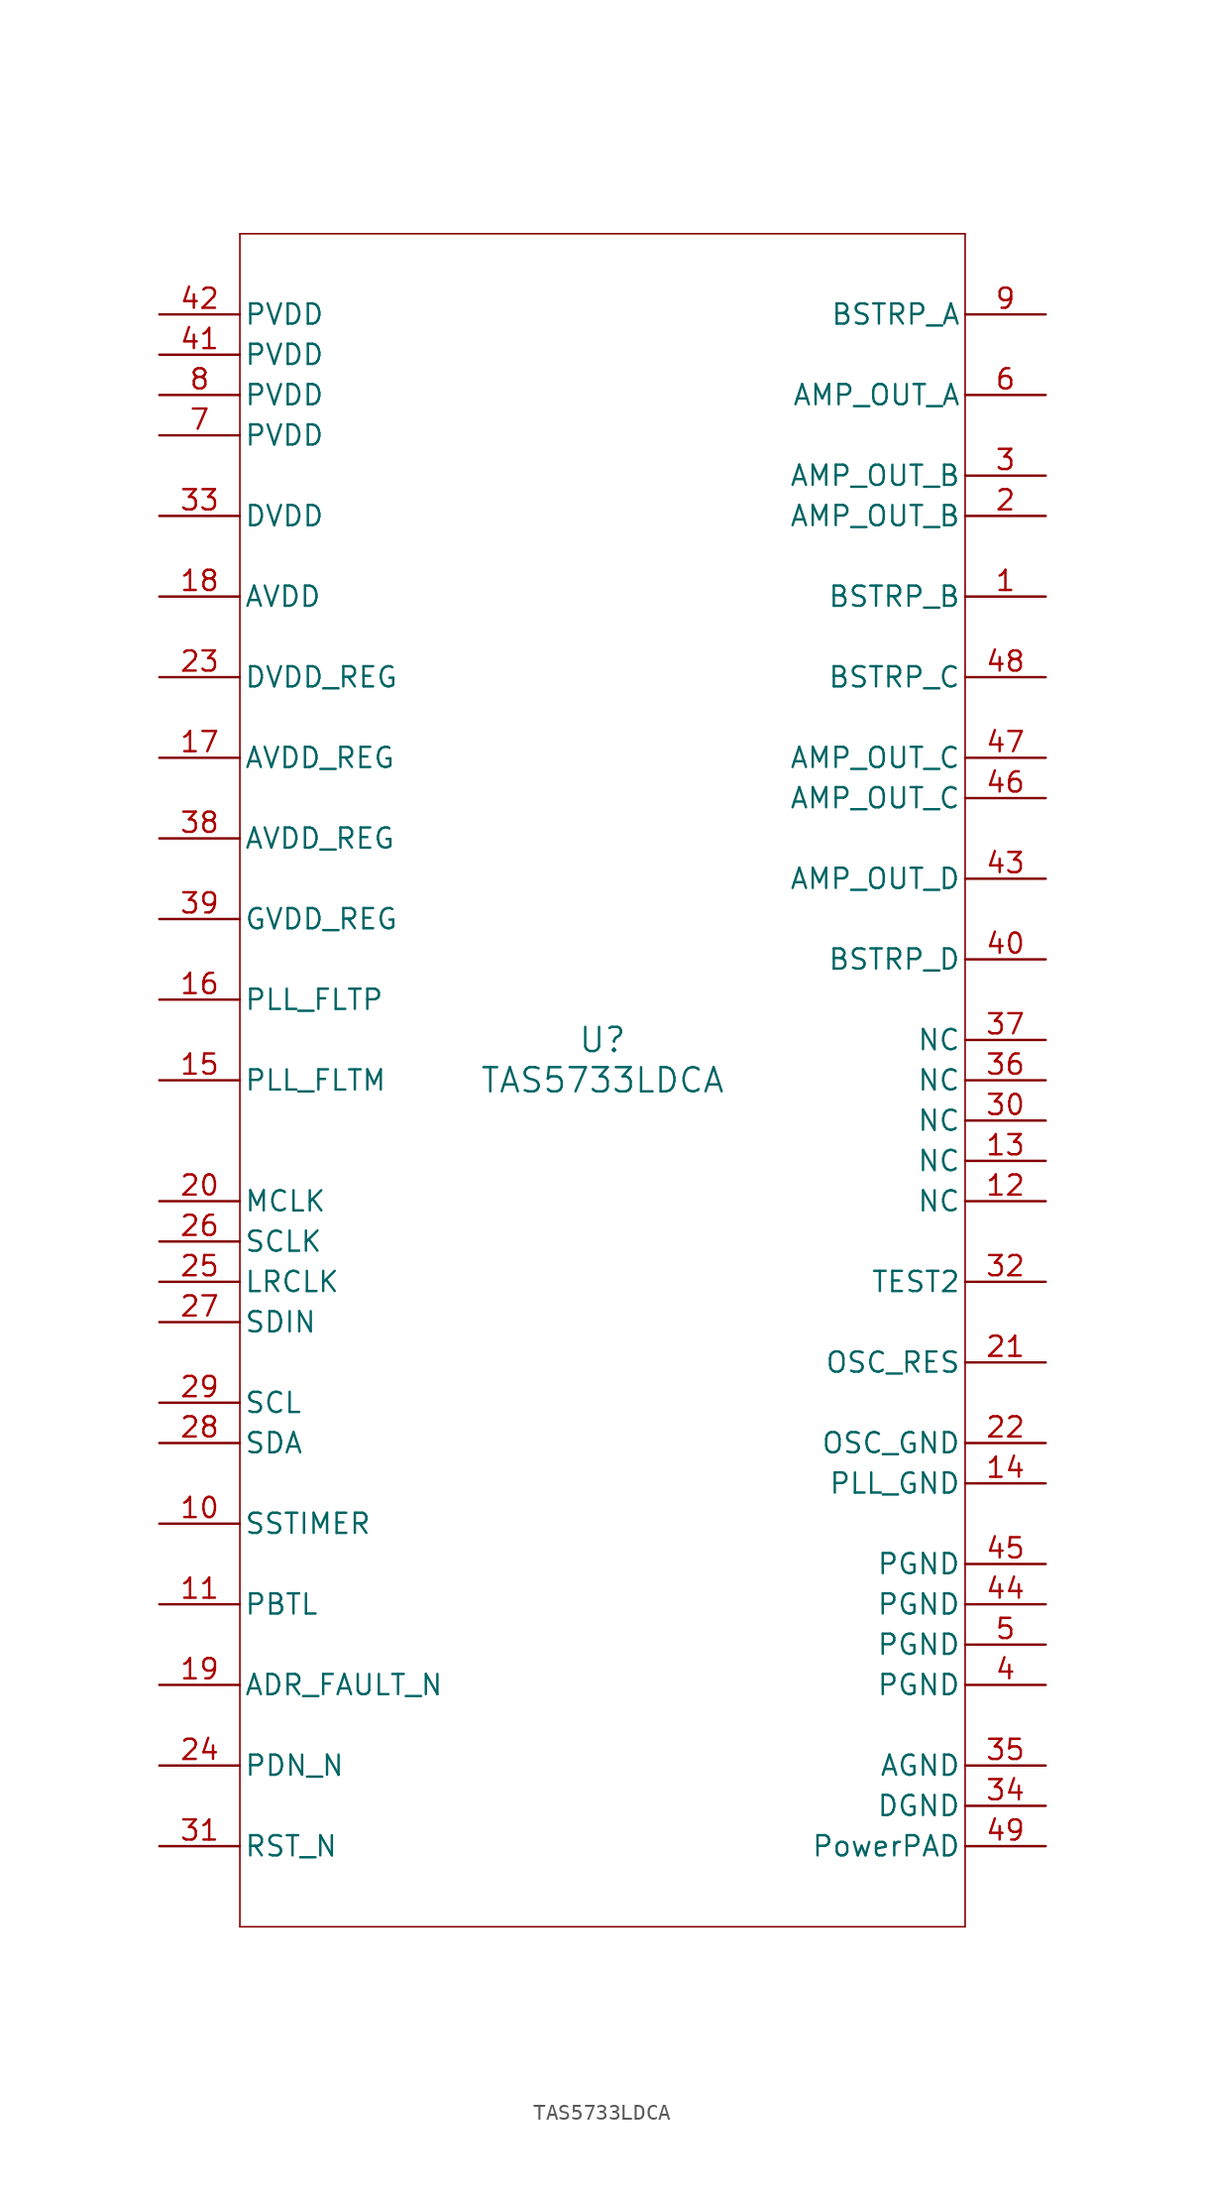
<source format=kicad_sym>
(kicad_symbol_lib
  (version 20211014)
  (generator kicad_symbol_editor)
  (symbol "TAS5733LDCA"
    (pin_names
      (offset 0.254))
    (property "Reference" "U"
      (at 0 2.54 0)
      (effects (font (size 1.524 1.524))))
    (property "Value" "TAS5733LDCA"
      (at 0 0 0)
      (effects (font (size 1.524 1.524))))
    (symbol "TAS5733LDCA_0_1"
      (polyline (pts (xy -22.86 -53.34) (xy 22.86 -53.34)) (stroke (width 0.102) (type default) (color 0 0 0 0)) (fill (type none)))
      (polyline (pts (xy 22.86 -53.34) (xy 22.86 53.34)) (stroke (width 0.102) (type default) (color 0 0 0 0)) (fill (type none)))
      (polyline (pts (xy 22.86 53.34) (xy -22.86 53.34)) (stroke (width 0.102) (type default) (color 0 0 0 0)) (fill (type none)))
      (polyline (pts (xy -22.86 53.34) (xy -22.86 -53.34)) (stroke (width 0.102) (type default) (color 0 0 0 0)) (fill (type none)))
      (pin power_in line (at 27.94 30.48 180) (length 5.08) (name "BSTRP_B" (effects (font (size 1.27 1.27)))) (number "1" (effects (font (size 1.27 1.27)))))
      (pin output line (at 27.94 35.56 180) (length 5.08) (name "AMP_OUT_B" (effects (font (size 1.27 1.27)))) (number "2" (effects (font (size 1.27 1.27)))))
      (pin output line (at 27.94 38.1 180) (length 5.08) (name "AMP_OUT_B" (effects (font (size 1.27 1.27)))) (number "3" (effects (font (size 1.27 1.27)))))
      (pin power_in line (at 27.94 -38.1 180) (length 5.08) (name "PGND" (effects (font (size 1.27 1.27)))) (number "4" (effects (font (size 1.27 1.27)))))
      (pin power_in line (at 27.94 -35.56 180) (length 5.08) (name "PGND" (effects (font (size 1.27 1.27)))) (number "5" (effects (font (size 1.27 1.27)))))
      (pin output line (at 27.94 43.18 180) (length 5.08) (name "AMP_OUT_A" (effects (font (size 1.27 1.27)))) (number "6" (effects (font (size 1.27 1.27)))))
      (pin power_in line (at -27.94 40.64 0) (length 5.08) (name "PVDD" (effects (font (size 1.27 1.27)))) (number "7" (effects (font (size 1.27 1.27)))))
      (pin power_in line (at -27.94 43.18 0) (length 5.08) (name "PVDD" (effects (font (size 1.27 1.27)))) (number "8" (effects (font (size 1.27 1.27)))))
      (pin power_in line (at 27.94 48.26 180) (length 5.08) (name "BSTRP_A" (effects (font (size 1.27 1.27)))) (number "9" (effects (font (size 1.27 1.27)))))
      (pin input line (at -27.94 -27.94 0) (length 5.08) (name "SSTIMER" (effects (font (size 1.27 1.27)))) (number "10" (effects (font (size 1.27 1.27)))))
      (pin input line (at -27.94 -33.02 0) (length 5.08) (name "PBTL" (effects (font (size 1.27 1.27)))) (number "11" (effects (font (size 1.27 1.27)))))
      (pin unspecified line (at 27.94 -7.62 180) (length 5.08) (name "NC" (effects (font (size 1.27 1.27)))) (number "12" (effects (font (size 1.27 1.27)))))
      (pin unspecified line (at 27.94 -5.08 180) (length 5.08) (name "NC" (effects (font (size 1.27 1.27)))) (number "13" (effects (font (size 1.27 1.27)))))
      (pin power_in line (at 27.94 -25.4 180) (length 5.08) (name "PLL_GND" (effects (font (size 1.27 1.27)))) (number "14" (effects (font (size 1.27 1.27)))))
      (pin unspecified line (at -27.94 0 0) (length 5.08) (name "PLL_FLTM" (effects (font (size 1.27 1.27)))) (number "15" (effects (font (size 1.27 1.27)))))
      (pin unspecified line (at -27.94 5.08 0) (length 5.08) (name "PLL_FLTP" (effects (font (size 1.27 1.27)))) (number "16" (effects (font (size 1.27 1.27)))))
      (pin unspecified line (at -27.94 20.32 0) (length 5.08) (name "AVDD_REG" (effects (font (size 1.27 1.27)))) (number "17" (effects (font (size 1.27 1.27)))))
      (pin power_in line (at -27.94 30.48 0) (length 5.08) (name "AVDD" (effects (font (size 1.27 1.27)))) (number "18" (effects (font (size 1.27 1.27)))))
      (pin bidirectional line (at -27.94 -38.1 0) (length 5.08) (name "ADR_FAULT_N" (effects (font (size 1.27 1.27)))) (number "19" (effects (font (size 1.27 1.27)))))
      (pin input line (at -27.94 -7.62 0) (length 5.08) (name "MCLK" (effects (font (size 1.27 1.27)))) (number "20" (effects (font (size 1.27 1.27)))))
      (pin unspecified line (at 27.94 -17.78 180) (length 5.08) (name "OSC_RES" (effects (font (size 1.27 1.27)))) (number "21" (effects (font (size 1.27 1.27)))))
      (pin power_in line (at 27.94 -22.86 180) (length 5.08) (name "OSC_GND" (effects (font (size 1.27 1.27)))) (number "22" (effects (font (size 1.27 1.27)))))
      (pin power_in line (at -27.94 25.4 0) (length 5.08) (name "DVDD_REG" (effects (font (size 1.27 1.27)))) (number "23" (effects (font (size 1.27 1.27)))))
      (pin input line (at -27.94 -43.18 0) (length 5.08) (name "PDN_N" (effects (font (size 1.27 1.27)))) (number "24" (effects (font (size 1.27 1.27)))))
      (pin input line (at -27.94 -12.7 0) (length 5.08) (name "LRCLK" (effects (font (size 1.27 1.27)))) (number "25" (effects (font (size 1.27 1.27)))))
      (pin input line (at -27.94 -10.16 0) (length 5.08) (name "SCLK" (effects (font (size 1.27 1.27)))) (number "26" (effects (font (size 1.27 1.27)))))
      (pin input line (at -27.94 -15.24 0) (length 5.08) (name "SDIN" (effects (font (size 1.27 1.27)))) (number "27" (effects (font (size 1.27 1.27)))))
      (pin bidirectional line (at -27.94 -22.86 0) (length 5.08) (name "SDA" (effects (font (size 1.27 1.27)))) (number "28" (effects (font (size 1.27 1.27)))))
      (pin input line (at -27.94 -20.32 0) (length 5.08) (name "SCL" (effects (font (size 1.27 1.27)))) (number "29" (effects (font (size 1.27 1.27)))))
      (pin unspecified line (at 27.94 -2.54 180) (length 5.08) (name "NC" (effects (font (size 1.27 1.27)))) (number "30" (effects (font (size 1.27 1.27)))))
      (pin input line (at -27.94 -48.26 0) (length 5.08) (name "RST_N" (effects (font (size 1.27 1.27)))) (number "31" (effects (font (size 1.27 1.27)))))
      (pin unspecified line (at 27.94 -12.7 180) (length 5.08) (name "TEST2" (effects (font (size 1.27 1.27)))) (number "32" (effects (font (size 1.27 1.27)))))
      (pin power_in line (at -27.94 35.56 0) (length 5.08) (name "DVDD" (effects (font (size 1.27 1.27)))) (number "33" (effects (font (size 1.27 1.27)))))
      (pin power_in line (at 27.94 -45.72 180) (length 5.08) (name "DGND" (effects (font (size 1.27 1.27)))) (number "34" (effects (font (size 1.27 1.27)))))
      (pin power_in line (at 27.94 -43.18 180) (length 5.08) (name "AGND" (effects (font (size 1.27 1.27)))) (number "35" (effects (font (size 1.27 1.27)))))
      (pin unspecified line (at 27.94 0 180) (length 5.08) (name "NC" (effects (font (size 1.27 1.27)))) (number "36" (effects (font (size 1.27 1.27)))))
      (pin unspecified line (at 27.94 2.54 180) (length 5.08) (name "NC" (effects (font (size 1.27 1.27)))) (number "37" (effects (font (size 1.27 1.27)))))
      (pin power_in line (at -27.94 15.24 0) (length 5.08) (name "AVDD_REG" (effects (font (size 1.27 1.27)))) (number "38" (effects (font (size 1.27 1.27)))))
      (pin power_in line (at -27.94 10.16 0) (length 5.08) (name "GVDD_REG" (effects (font (size 1.27 1.27)))) (number "39" (effects (font (size 1.27 1.27)))))
      (pin power_in line (at 27.94 7.62 180) (length 5.08) (name "BSTRP_D" (effects (font (size 1.27 1.27)))) (number "40" (effects (font (size 1.27 1.27)))))
      (pin power_in line (at -27.94 45.72 0) (length 5.08) (name "PVDD" (effects (font (size 1.27 1.27)))) (number "41" (effects (font (size 1.27 1.27)))))
      (pin power_in line (at -27.94 48.26 0) (length 5.08) (name "PVDD" (effects (font (size 1.27 1.27)))) (number "42" (effects (font (size 1.27 1.27)))))
      (pin output line (at 27.94 12.7 180) (length 5.08) (name "AMP_OUT_D" (effects (font (size 1.27 1.27)))) (number "43" (effects (font (size 1.27 1.27)))))
      (pin power_in line (at 27.94 -33.02 180) (length 5.08) (name "PGND" (effects (font (size 1.27 1.27)))) (number "44" (effects (font (size 1.27 1.27)))))
      (pin power_in line (at 27.94 -30.48 180) (length 5.08) (name "PGND" (effects (font (size 1.27 1.27)))) (number "45" (effects (font (size 1.27 1.27)))))
      (pin output line (at 27.94 17.78 180) (length 5.08) (name "AMP_OUT_C" (effects (font (size 1.27 1.27)))) (number "46" (effects (font (size 1.27 1.27)))))
      (pin output line (at 27.94 20.32 180) (length 5.08) (name "AMP_OUT_C" (effects (font (size 1.27 1.27)))) (number "47" (effects (font (size 1.27 1.27)))))
      (pin power_in line (at 27.94 25.4 180) (length 5.08) (name "BSTRP_C" (effects (font (size 1.27 1.27)))) (number "48" (effects (font (size 1.27 1.27)))))
      (pin power_in line (at 27.94 -48.26 180) (length 5.08) (name "PowerPAD" (effects (font (size 1.27 1.27)))) (number "49" (effects (font (size 1.27 1.27))))))))
</source>
